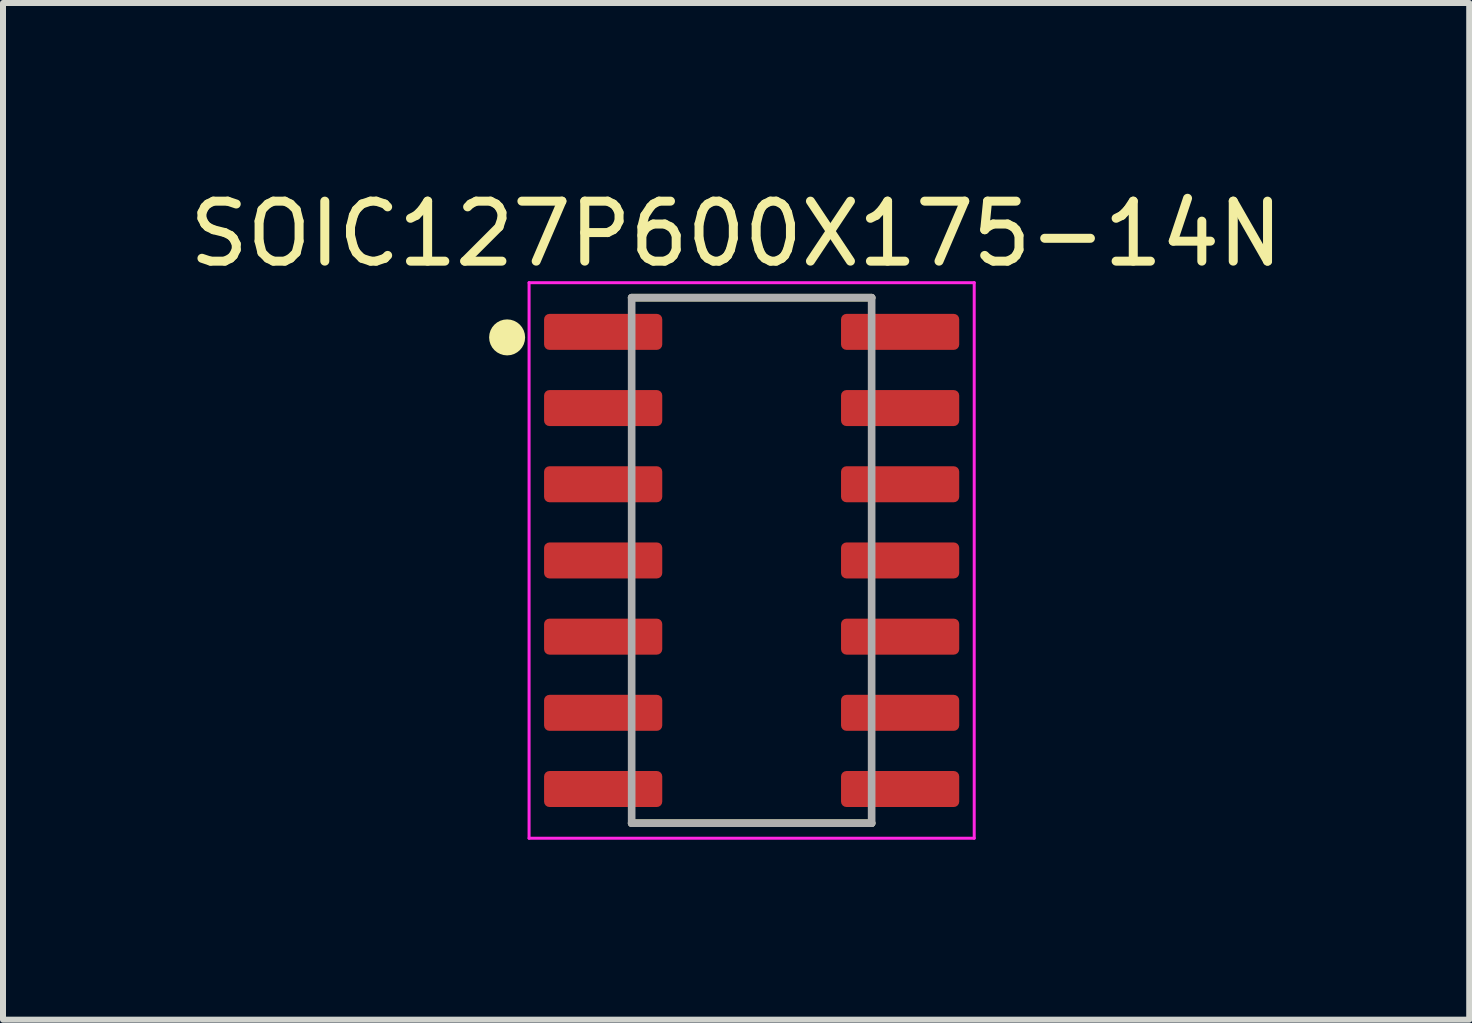
<source format=kicad_pcb>
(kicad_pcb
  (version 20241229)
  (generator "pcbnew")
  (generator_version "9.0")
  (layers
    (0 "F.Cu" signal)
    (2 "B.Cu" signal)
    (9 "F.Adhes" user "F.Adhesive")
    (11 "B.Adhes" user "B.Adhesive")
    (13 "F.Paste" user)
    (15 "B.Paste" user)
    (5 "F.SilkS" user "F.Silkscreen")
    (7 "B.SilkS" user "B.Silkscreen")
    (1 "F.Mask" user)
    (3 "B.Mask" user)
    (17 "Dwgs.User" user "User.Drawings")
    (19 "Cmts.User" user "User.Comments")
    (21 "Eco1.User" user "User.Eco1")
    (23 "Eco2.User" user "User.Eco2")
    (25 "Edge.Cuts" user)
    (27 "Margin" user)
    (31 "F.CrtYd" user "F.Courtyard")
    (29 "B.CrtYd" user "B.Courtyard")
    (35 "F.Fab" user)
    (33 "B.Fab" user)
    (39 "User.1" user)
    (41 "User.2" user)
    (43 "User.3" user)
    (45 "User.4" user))
  (footprint "SOIC127P600X175-14N"
    (layer "F.Cu")
    (at 9.479 6.292)
    (property "Reference" "SOIC127P600X175-14N" (at -0.258 -5.444 0) (layer "F.SilkS") (effects (font (size 1 1) (thickness 0.15))))
    (attr smd)
    (fp_line (start -2 -4.38) (end 2 -4.38) (stroke (width 0.127) (type solid)) (layer "F.SilkS"))
    (fp_line (start -2 4.38) (end 2 4.38) (stroke (width 0.127) (type solid)) (layer "F.SilkS"))
    (fp_circle (center -4.076 -3.718) (end -3.926 -3.718) (stroke (width 0.3) (type solid)) (fill no) (layer "F.SilkS"))
    (fp_line (start -3.71 -4.63) (end -3.71 4.63) (stroke (width 0.05) (type solid)) (layer "F.CrtYd"))
    (fp_line (start -3.71 -4.63) (end 3.71 -4.63) (stroke (width 0.05) (type solid)) (layer "F.CrtYd"))
    (fp_line (start -3.71 4.63) (end 3.71 4.63) (stroke (width 0.05) (type solid)) (layer "F.CrtYd"))
    (fp_line (start 3.71 -4.63) (end 3.71 4.63) (stroke (width 0.05) (type solid)) (layer "F.CrtYd"))
    (fp_line (start -2 -4.38) (end -2 4.38) (stroke (width 0.127) (type solid)) (layer "F.Fab"))
    (fp_line (start -2 -4.38) (end 2 -4.38) (stroke (width 0.127) (type solid)) (layer "F.Fab"))
    (fp_line (start -2 4.38) (end 2 4.38) (stroke (width 0.127) (type solid)) (layer "F.Fab"))
    (fp_line (start 2 -4.38) (end 2 4.38) (stroke (width 0.127) (type solid)) (layer "F.Fab"))
    (pad "1" smd roundrect (at -2.475 -3.81) (size 1.97 0.6) (layers "F.Cu" "F.Mask" "F.Paste") (roundrect_rratio 0.15))
    (pad "2" smd roundrect (at -2.475 -2.54) (size 1.97 0.6) (layers "F.Cu" "F.Mask" "F.Paste") (roundrect_rratio 0.15))
    (pad "3" smd roundrect (at -2.475 -1.27) (size 1.97 0.6) (layers "F.Cu" "F.Mask" "F.Paste") (roundrect_rratio 0.15))
    (pad "4" smd roundrect (at -2.475 0) (size 1.97 0.6) (layers "F.Cu" "F.Mask" "F.Paste") (roundrect_rratio 0.15))
    (pad "5" smd roundrect (at -2.475 1.27) (size 1.97 0.6) (layers "F.Cu" "F.Mask" "F.Paste") (roundrect_rratio 0.15))
    (pad "6" smd roundrect (at -2.475 2.54) (size 1.97 0.6) (layers "F.Cu" "F.Mask" "F.Paste") (roundrect_rratio 0.15))
    (pad "7" smd roundrect (at -2.475 3.81) (size 1.97 0.6) (layers "F.Cu" "F.Mask" "F.Paste") (roundrect_rratio 0.15))
    (pad "8" smd roundrect (at 2.475 3.81) (size 1.97 0.6) (layers "F.Cu" "F.Mask" "F.Paste") (roundrect_rratio 0.15))
    (pad "9" smd roundrect (at 2.475 2.54) (size 1.97 0.6) (layers "F.Cu" "F.Mask" "F.Paste") (roundrect_rratio 0.15))
    (pad "10" smd roundrect (at 2.475 1.27) (size 1.97 0.6) (layers "F.Cu" "F.Mask" "F.Paste") (roundrect_rratio 0.15))
    (pad "11" smd roundrect (at 2.475 0) (size 1.97 0.6) (layers "F.Cu" "F.Mask" "F.Paste") (roundrect_rratio 0.15))
    (pad "12" smd roundrect (at 2.475 -1.27) (size 1.97 0.6) (layers "F.Cu" "F.Mask" "F.Paste") (roundrect_rratio 0.15))
    (pad "13" smd roundrect (at 2.475 -2.54) (size 1.97 0.6) (layers "F.Cu" "F.Mask" "F.Paste") (roundrect_rratio 0.15))
    (pad "14" smd roundrect (at 2.475 -3.81) (size 1.97 0.6) (layers "F.Cu" "F.Mask" "F.Paste") (roundrect_rratio 0.15)))
  (gr_rect
    (start -3 -3)
    (end 21.44 13.947)
    (stroke (width 0.1) (type default))
    (fill no)
    (layer "Edge.Cuts")))
</source>
